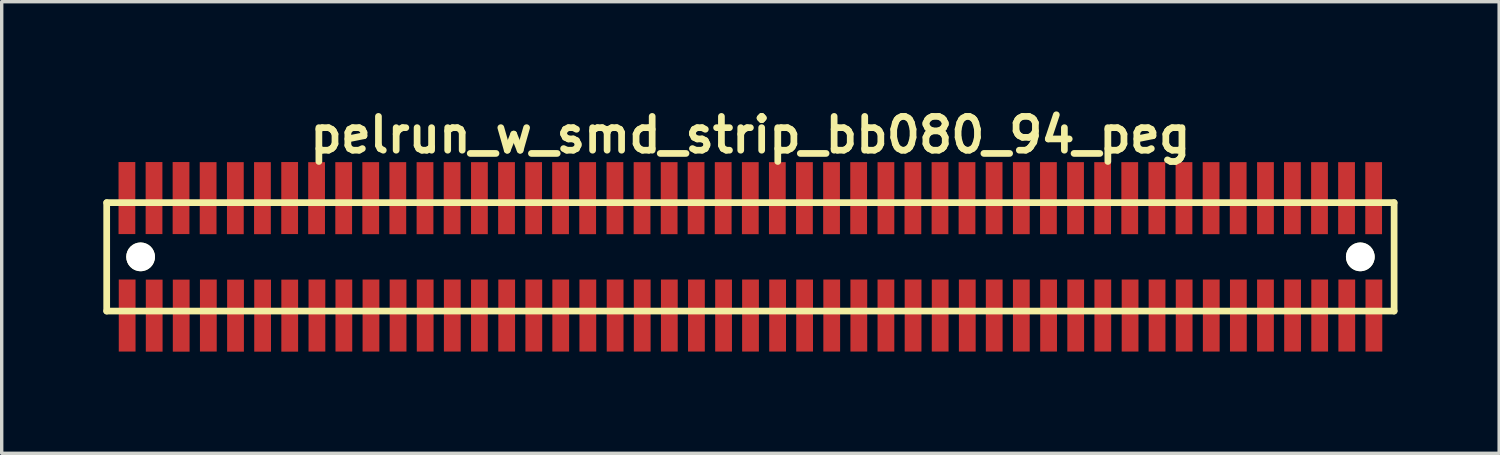
<source format=kicad_pcb>
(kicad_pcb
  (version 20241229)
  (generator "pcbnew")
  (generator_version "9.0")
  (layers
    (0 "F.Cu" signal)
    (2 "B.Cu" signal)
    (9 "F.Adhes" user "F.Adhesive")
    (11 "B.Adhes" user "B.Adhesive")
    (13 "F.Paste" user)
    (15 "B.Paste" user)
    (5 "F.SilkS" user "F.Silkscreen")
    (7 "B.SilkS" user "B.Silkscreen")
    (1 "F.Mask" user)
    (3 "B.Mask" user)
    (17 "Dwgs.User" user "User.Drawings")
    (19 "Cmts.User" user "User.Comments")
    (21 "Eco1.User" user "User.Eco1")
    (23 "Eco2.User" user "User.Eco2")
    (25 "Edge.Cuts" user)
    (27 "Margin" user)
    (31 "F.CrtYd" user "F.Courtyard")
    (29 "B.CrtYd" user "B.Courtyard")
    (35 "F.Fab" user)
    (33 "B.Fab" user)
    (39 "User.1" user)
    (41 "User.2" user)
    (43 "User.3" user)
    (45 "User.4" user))
  (footprint "pelrun_w_smd_strip_bb080_94_peg"
    (layer "F.Cu")
    (at 19.098 4.531)
    (property "Reference" "pelrun_w_smd_strip_bb080_94_peg" (at 0 -3.599 0) (layer "F.SilkS") (effects (font (size 0.998 0.998) (thickness 0.198))))
    (attr through_hole)
    (fp_line (start -18.999 -1.6) (end -18.999 1.6) (stroke (width 0.198) (type solid)) (layer "F.SilkS"))
    (fp_line (start -18.999 1.6) (end 18.999 1.6) (stroke (width 0.198) (type solid)) (layer "F.SilkS"))
    (fp_line (start 18.999 -1.6) (end -18.999 -1.6) (stroke (width 0.198) (type solid)) (layer "F.SilkS"))
    (fp_line (start 18.999 1.6) (end 18.999 -1.6) (stroke (width 0.198) (type solid)) (layer "F.SilkS"))
    (pad "" np_thru_hole circle (at -17.998 0) (size 0.848 0.848) (drill 0.848) (layers "*.Cu" "*.Mask" "F.SilkS"))
    (pad "" np_thru_hole circle (at 18.001 0) (size 0.848 0.848) (drill 0.848) (layers "*.Cu" "*.Mask" "F.SilkS"))
    (pad "1" smd rect (at -18.395 1.732) (size 0.495 2.126) (layers "F.Cu" "F.Mask" "F.Paste"))
    (pad "2" smd rect (at -18.402 -1.735) (size 0.495 2.126) (layers "F.Cu" "F.Mask" "F.Paste"))
    (pad "3" smd rect (at -17.597 1.735) (size 0.495 2.126) (layers "F.Cu" "F.Mask" "F.Paste"))
    (pad "4" smd rect (at -17.602 -1.735) (size 0.495 2.126) (layers "F.Cu" "F.Mask" "F.Paste"))
    (pad "5" smd rect (at -16.8 1.735) (size 0.495 2.126) (layers "F.Cu" "F.Mask" "F.Paste"))
    (pad "6" smd rect (at -16.805 -1.735) (size 0.495 2.126) (layers "F.Cu" "F.Mask" "F.Paste"))
    (pad "7" smd rect (at -15.999 1.732) (size 0.495 2.126) (layers "F.Cu" "F.Mask" "F.Paste"))
    (pad "8" smd rect (at -16.005 -1.732) (size 0.495 2.126) (layers "F.Cu" "F.Mask" "F.Paste"))
    (pad "9" smd rect (at -15.197 1.735) (size 0.495 2.126) (layers "F.Cu" "F.Mask" "F.Paste"))
    (pad "10" smd rect (at -15.202 -1.732) (size 0.495 2.126) (layers "F.Cu" "F.Mask" "F.Paste"))
    (pad "11" smd rect (at -14.397 1.735) (size 0.495 2.126) (layers "F.Cu" "F.Mask" "F.Paste"))
    (pad "12" smd rect (at -14.402 -1.732) (size 0.495 2.126) (layers "F.Cu" "F.Mask" "F.Paste"))
    (pad "13" smd rect (at -13.597 1.735) (size 0.495 2.126) (layers "F.Cu" "F.Mask" "F.Paste"))
    (pad "14" smd rect (at -13.599 -1.735) (size 0.495 2.126) (layers "F.Cu" "F.Mask" "F.Paste"))
    (pad "15" smd rect (at -12.794 1.732) (size 0.495 2.126) (layers "F.Cu" "F.Mask" "F.Paste"))
    (pad "16" smd rect (at -12.804 -1.732) (size 0.495 2.126) (layers "F.Cu" "F.Mask" "F.Paste"))
    (pad "17" smd rect (at -11.999 1.732) (size 0.495 2.126) (layers "F.Cu" "F.Mask" "F.Paste"))
    (pad "18" smd rect (at -12.004 -1.732) (size 0.495 2.126) (layers "F.Cu" "F.Mask" "F.Paste"))
    (pad "19" smd rect (at -11.199 1.732) (size 0.495 2.126) (layers "F.Cu" "F.Mask" "F.Paste"))
    (pad "20" smd rect (at -11.206 -1.732) (size 0.495 2.126) (layers "F.Cu" "F.Mask" "F.Paste"))
    (pad "21" smd rect (at -10.399 1.732) (size 0.495 2.126) (layers "F.Cu" "F.Mask" "F.Paste"))
    (pad "22" smd rect (at -10.406 -1.732) (size 0.495 2.126) (layers "F.Cu" "F.Mask" "F.Paste"))
    (pad "23" smd rect (at -9.599 1.732) (size 0.495 2.126) (layers "F.Cu" "F.Mask" "F.Paste"))
    (pad "24" smd rect (at -9.604 -1.732) (size 0.495 2.126) (layers "F.Cu" "F.Mask" "F.Paste"))
    (pad "25" smd rect (at -8.799 1.732) (size 0.495 2.126) (layers "F.Cu" "F.Mask" "F.Paste"))
    (pad "26" smd rect (at -8.804 -1.732) (size 0.495 2.126) (layers "F.Cu" "F.Mask" "F.Paste"))
    (pad "27" smd rect (at -7.998 1.732) (size 0.495 2.126) (layers "F.Cu" "F.Mask" "F.Paste"))
    (pad "28" smd rect (at -7.998 -1.732) (size 0.495 2.126) (layers "F.Cu" "F.Mask" "F.Paste"))
    (pad "29" smd rect (at -7.193 1.732) (size 0.495 2.126) (layers "F.Cu" "F.Mask" "F.Paste"))
    (pad "30" smd rect (at -7.198 -1.732) (size 0.495 2.126) (layers "F.Cu" "F.Mask" "F.Paste"))
    (pad "31" smd rect (at -6.393 1.732) (size 0.495 2.126) (layers "F.Cu" "F.Mask" "F.Paste"))
    (pad "32" smd rect (at -6.398 -1.732) (size 0.495 2.126) (layers "F.Cu" "F.Mask" "F.Paste"))
    (pad "33" smd rect (at -5.598 1.732) (size 0.495 2.126) (layers "F.Cu" "F.Mask" "F.Paste"))
    (pad "34" smd rect (at -5.603 -1.732) (size 0.495 2.126) (layers "F.Cu" "F.Mask" "F.Paste"))
    (pad "35" smd rect (at -4.798 1.732) (size 0.495 2.126) (layers "F.Cu" "F.Mask" "F.Paste"))
    (pad "36" smd rect (at -4.803 -1.732) (size 0.495 2.126) (layers "F.Cu" "F.Mask" "F.Paste"))
    (pad "37" smd rect (at -3.993 1.732) (size 0.495 2.126) (layers "F.Cu" "F.Mask" "F.Paste"))
    (pad "38" smd rect (at -3.998 -1.732) (size 0.495 2.126) (layers "F.Cu" "F.Mask" "F.Paste"))
    (pad "39" smd rect (at -3.193 1.732) (size 0.495 2.126) (layers "F.Cu" "F.Mask" "F.Paste"))
    (pad "40" smd rect (at -3.198 -1.732) (size 0.495 2.126) (layers "F.Cu" "F.Mask" "F.Paste"))
    (pad "41" smd rect (at -2.393 1.732) (size 0.495 2.126) (layers "F.Cu" "F.Mask" "F.Paste"))
    (pad "42" smd rect (at -2.398 -1.732) (size 0.495 2.126) (layers "F.Cu" "F.Mask" "F.Paste"))
    (pad "43" smd rect (at -1.593 1.732) (size 0.495 2.126) (layers "F.Cu" "F.Mask" "F.Paste"))
    (pad "44" smd rect (at -1.603 -1.732) (size 0.495 2.126) (layers "F.Cu" "F.Mask" "F.Paste"))
    (pad "45" smd rect (at -0.792 1.732) (size 0.495 2.126) (layers "F.Cu" "F.Mask" "F.Paste"))
    (pad "46" smd rect (at -0.803 -1.732) (size 0.495 2.126) (layers "F.Cu" "F.Mask" "F.Paste"))
    (pad "47" smd rect (at 0.003 1.732) (size 0.495 2.126) (layers "F.Cu" "F.Mask" "F.Paste"))
    (pad "48" smd rect (at -0.003 -1.732) (size 0.495 2.126) (layers "F.Cu" "F.Mask" "F.Paste"))
    (pad "49" smd rect (at 0.803 1.732) (size 0.495 2.126) (layers "F.Cu" "F.Mask" "F.Paste"))
    (pad "50" smd rect (at 0.795 -1.732) (size 0.495 2.126) (layers "F.Cu" "F.Mask" "F.Paste"))
    (pad "51" smd rect (at 1.6 1.732) (size 0.495 2.126) (layers "F.Cu" "F.Mask" "F.Paste"))
    (pad "52" smd rect (at 1.595 -1.732) (size 0.495 2.126) (layers "F.Cu" "F.Mask" "F.Paste"))
    (pad "53" smd rect (at 2.4 1.732) (size 0.495 2.126) (layers "F.Cu" "F.Mask" "F.Paste"))
    (pad "54" smd rect (at 2.395 -1.732) (size 0.495 2.126) (layers "F.Cu" "F.Mask" "F.Paste"))
    (pad "55" smd rect (at 3.2 1.732) (size 0.495 2.126) (layers "F.Cu" "F.Mask" "F.Paste"))
    (pad "56" smd rect (at 3.195 -1.732) (size 0.495 2.126) (layers "F.Cu" "F.Mask" "F.Paste"))
    (pad "57" smd rect (at 4 1.732) (size 0.495 2.126) (layers "F.Cu" "F.Mask" "F.Paste"))
    (pad "58" smd rect (at 4 -1.732) (size 0.495 2.126) (layers "F.Cu" "F.Mask" "F.Paste"))
    (pad "59" smd rect (at 4.801 1.732) (size 0.495 2.126) (layers "F.Cu" "F.Mask" "F.Paste"))
    (pad "60" smd rect (at 4.796 -1.732) (size 0.495 2.126) (layers "F.Cu" "F.Mask" "F.Paste"))
    (pad "61" smd rect (at 5.601 1.732) (size 0.495 2.126) (layers "F.Cu" "F.Mask" "F.Paste"))
    (pad "62" smd rect (at 5.596 -1.732) (size 0.495 2.126) (layers "F.Cu" "F.Mask" "F.Paste"))
    (pad "63" smd rect (at 6.401 1.732) (size 0.495 2.126) (layers "F.Cu" "F.Mask" "F.Paste"))
    (pad "64" smd rect (at 6.393 -1.732) (size 0.495 2.126) (layers "F.Cu" "F.Mask" "F.Paste"))
    (pad "65" smd rect (at 7.196 1.732) (size 0.495 2.126) (layers "F.Cu" "F.Mask" "F.Paste"))
    (pad "66" smd rect (at 7.193 -1.732) (size 0.495 2.126) (layers "F.Cu" "F.Mask" "F.Paste"))
    (pad "67" smd rect (at 7.996 1.732) (size 0.495 2.126) (layers "F.Cu" "F.Mask" "F.Paste"))
    (pad "68" smd rect (at 7.996 -1.732) (size 0.495 2.126) (layers "F.Cu" "F.Mask" "F.Paste"))
    (pad "69" smd rect (at 8.801 1.732) (size 0.495 2.126) (layers "F.Cu" "F.Mask" "F.Paste"))
    (pad "70" smd rect (at 8.796 -1.732) (size 0.495 2.126) (layers "F.Cu" "F.Mask" "F.Paste"))
    (pad "71" smd rect (at 9.601 1.732) (size 0.495 2.126) (layers "F.Cu" "F.Mask" "F.Paste"))
    (pad "72" smd rect (at 9.596 -1.732) (size 0.495 2.126) (layers "F.Cu" "F.Mask" "F.Paste"))
    (pad "73" smd rect (at 10.401 1.732) (size 0.495 2.126) (layers "F.Cu" "F.Mask" "F.Paste"))
    (pad "74" smd rect (at 10.396 -1.732) (size 0.495 2.126) (layers "F.Cu" "F.Mask" "F.Paste"))
    (pad "75" smd rect (at 11.206 1.732) (size 0.495 2.126) (layers "F.Cu" "F.Mask" "F.Paste"))
    (pad "76" smd rect (at 11.196 -1.732) (size 0.495 2.126) (layers "F.Cu" "F.Mask" "F.Paste"))
    (pad "77" smd rect (at 12.002 1.732) (size 0.495 2.126) (layers "F.Cu" "F.Mask" "F.Paste"))
    (pad "78" smd rect (at 11.996 -1.732) (size 0.495 2.126) (layers "F.Cu" "F.Mask" "F.Paste"))
    (pad "79" smd rect (at 12.802 1.732) (size 0.495 2.126) (layers "F.Cu" "F.Mask" "F.Paste"))
    (pad "80" smd rect (at 12.797 -1.732) (size 0.495 2.126) (layers "F.Cu" "F.Mask" "F.Paste"))
    (pad "81" smd rect (at 13.602 1.732) (size 0.495 2.126) (layers "F.Cu" "F.Mask" "F.Paste"))
    (pad "82" smd rect (at 13.597 -1.732) (size 0.495 2.126) (layers "F.Cu" "F.Mask" "F.Paste"))
    (pad "83" smd rect (at 14.402 1.732) (size 0.495 2.126) (layers "F.Cu" "F.Mask" "F.Paste"))
    (pad "84" smd rect (at 14.397 -1.732) (size 0.495 2.126) (layers "F.Cu" "F.Mask" "F.Paste"))
    (pad "85" smd rect (at 15.202 1.732) (size 0.495 2.126) (layers "F.Cu" "F.Mask" "F.Paste"))
    (pad "86" smd rect (at 15.202 -1.732) (size 0.495 2.126) (layers "F.Cu" "F.Mask" "F.Paste"))
    (pad "87" smd rect (at 16.002 1.732) (size 0.495 2.126) (layers "F.Cu" "F.Mask" "F.Paste"))
    (pad "88" smd rect (at 15.997 -1.732) (size 0.495 2.126) (layers "F.Cu" "F.Mask" "F.Paste"))
    (pad "89" smd rect (at 16.802 1.732) (size 0.495 2.126) (layers "F.Cu" "F.Mask" "F.Paste"))
    (pad "90" smd rect (at 16.797 -1.732) (size 0.495 2.126) (layers "F.Cu" "F.Mask" "F.Paste"))
    (pad "91" smd rect (at 17.602 1.732) (size 0.495 2.126) (layers "F.Cu" "F.Mask" "F.Paste"))
    (pad "92" smd rect (at 17.595 -1.732) (size 0.495 2.126) (layers "F.Cu" "F.Mask" "F.Paste"))
    (pad "93" smd rect (at 18.402 1.732) (size 0.495 2.126) (layers "F.Cu" "F.Mask" "F.Paste"))
    (pad "94" smd rect (at 18.395 -1.732) (size 0.495 2.126) (layers "F.Cu" "F.Mask" "F.Paste")))
  (gr_rect
    (start -3 -3)
    (end 41.197 10.329)
    (stroke (width 0.1) (type default))
    (fill no)
    (layer "Edge.Cuts")))
</source>
